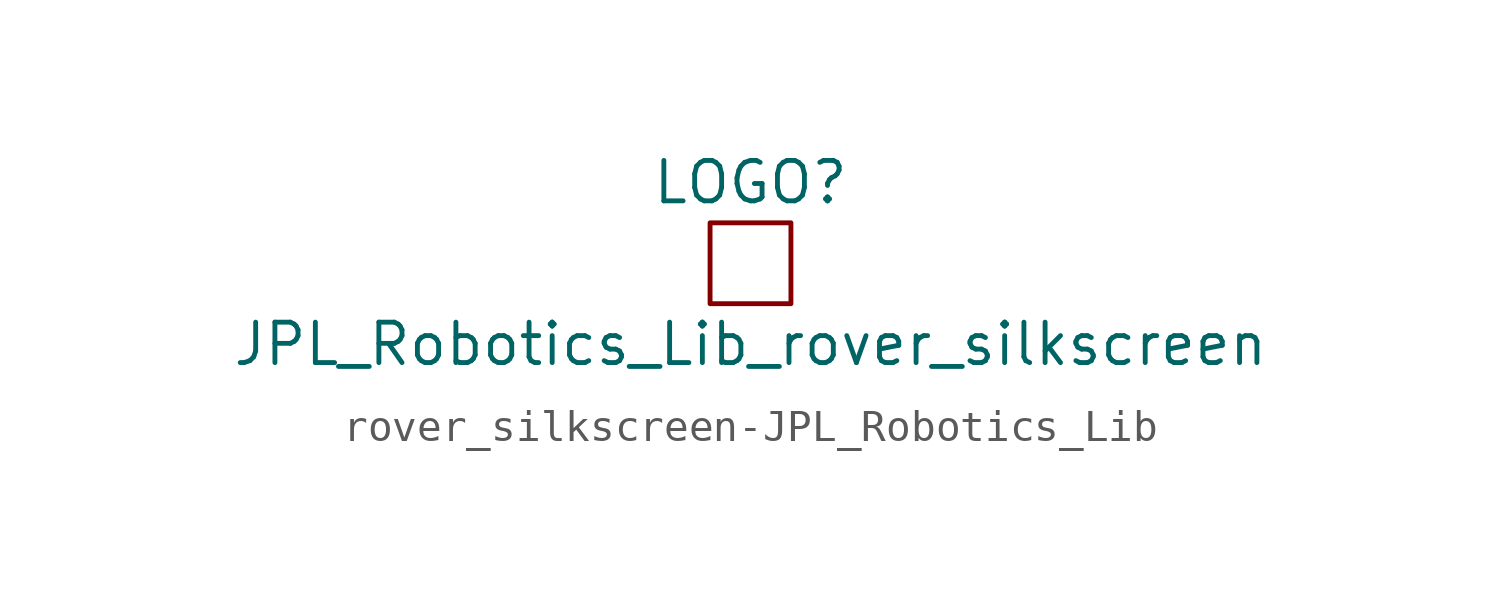
<source format=kicad_sym>
(kicad_symbol_lib
  (version 20231120)
  (generator "kicad_symbol_editor")
  (generator_version "8.0")
  (symbol "rover_silkscreen-JPL_Robotics_Lib"
    (pin_names
      (offset 1.016))
    (property "Reference" "LOGO"
      (at 0 2.54 0)
      (effects (font (size 1.27 1.27))))
    (property "Value" "JPL_Robotics_Lib_rover_silkscreen"
      (at 0 -2.54 0)
      (effects (font (size 1.27 1.27))))
    (symbol "rover_silkscreen-JPL_Robotics_Lib_0_1"
      (rectangle (start -1.27 1.27) (end 1.27 -1.27) (stroke (width 0) (type solid)) (fill (type none))))))
</source>
